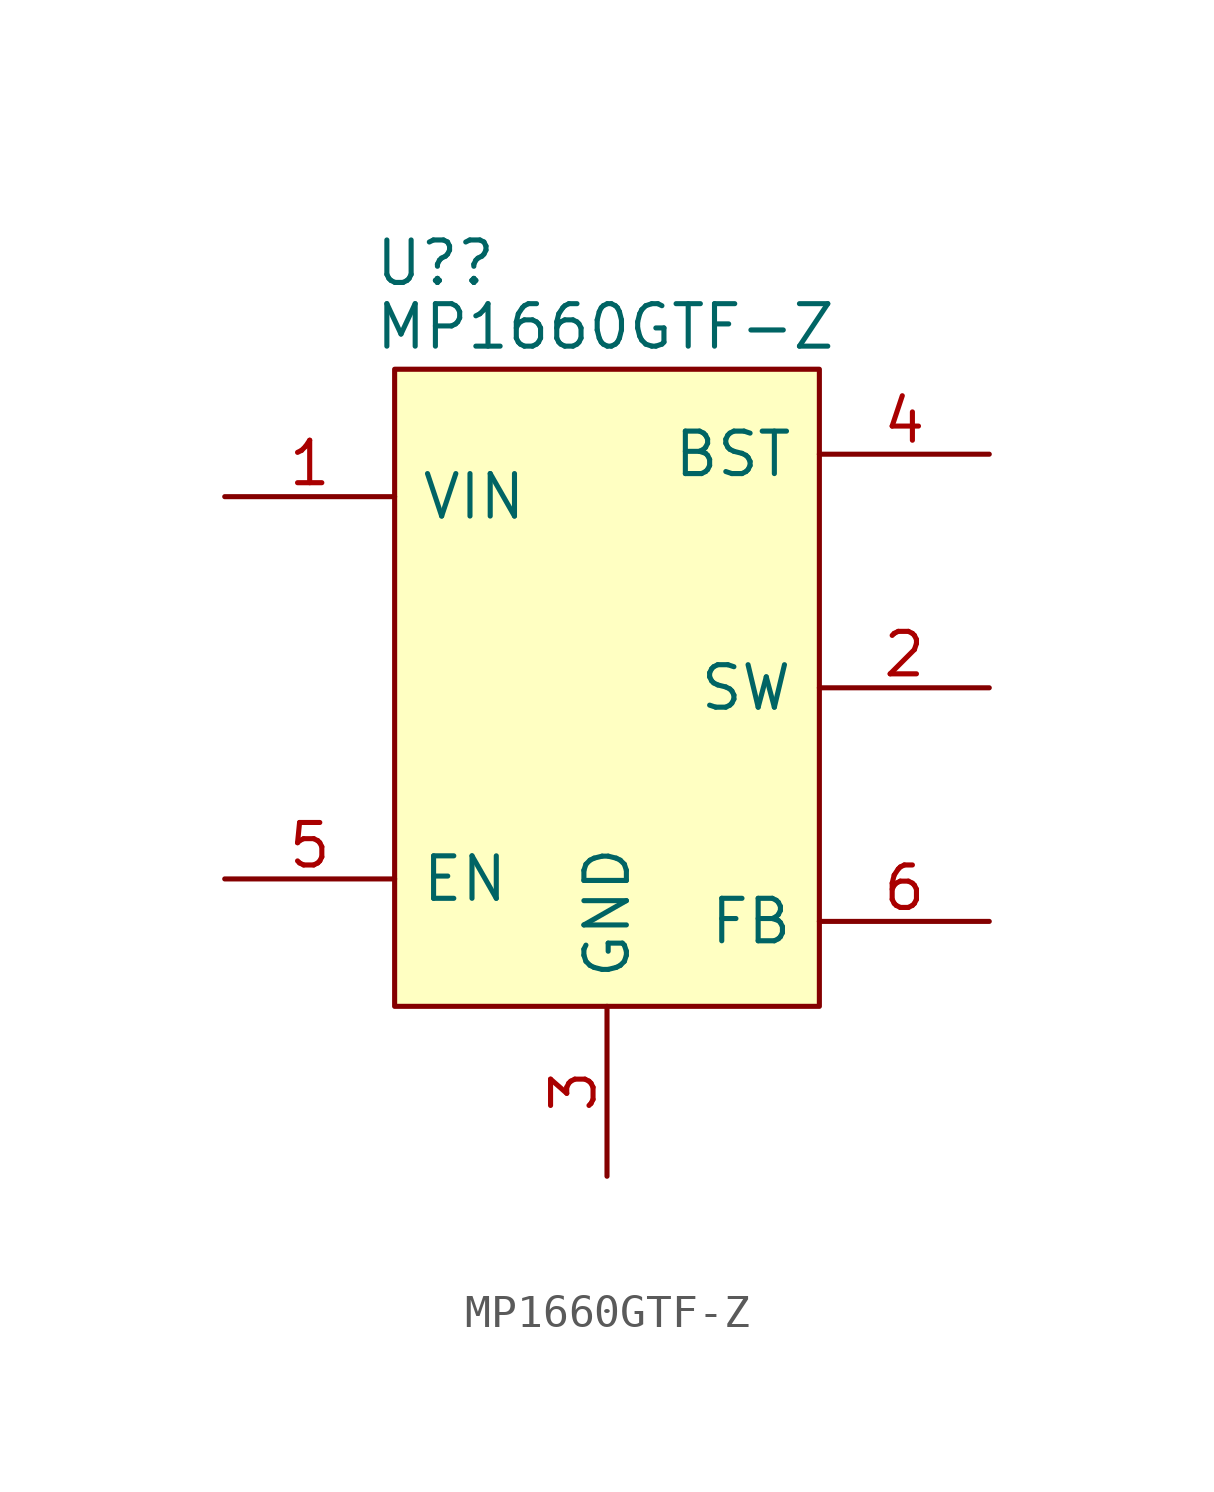
<source format=kicad_sym>
(kicad_symbol_lib
  (version 20211014)
  (generator kicad_symbol_editor)
  (symbol "MP1660GTF-Z"
    (pin_names
      (offset 0.762))
    (property "Reference" "U?"
      (at -6.985 12.7 0)
      (effects (font (size 1.27 1.27)) (justify left)))
    (property "Value" "MP1660GTF-Z"
      (at -6.985 10.795 0)
      (effects (font (size 1.27 1.27)) (justify left)))
    (symbol "MP1660GTF-Z_0_0"
      (pin power_in line (at -11.43 5.715 0) (length 5.08) (name "VIN" (effects (font (size 1.27 1.27)))) (number "1" (effects (font (size 1.27 1.27)))))
      (pin passive line (at 11.43 0 180) (length 5.08) (name "SW" (effects (font (size 1.27 1.27)))) (number "2" (effects (font (size 1.27 1.27)))))
      (pin power_in line (at 0 -14.605 90) (length 5.08) (name "GND" (effects (font (size 1.27 1.27)))) (number "3" (effects (font (size 1.27 1.27)))))
      (pin passive line (at 11.43 6.985 180) (length 5.08) (name "BST" (effects (font (size 1.27 1.27)))) (number "4" (effects (font (size 1.27 1.27)))))
      (pin passive line (at -11.43 -5.715 0) (length 5.08) (name "EN" (effects (font (size 1.27 1.27)))) (number "5" (effects (font (size 1.27 1.27)))))
      (pin passive line (at 11.43 -6.985 180) (length 5.08) (name "FB" (effects (font (size 1.27 1.27)))) (number "6" (effects (font (size 1.27 1.27))))))
    (symbol "MP1660GTF-Z_0_1"
      (rectangle (start -6.35 9.525) (end 6.35 -9.525) (stroke (width 0) (type default) (color 0 0 0 0)) (fill (type background))))))
</source>
